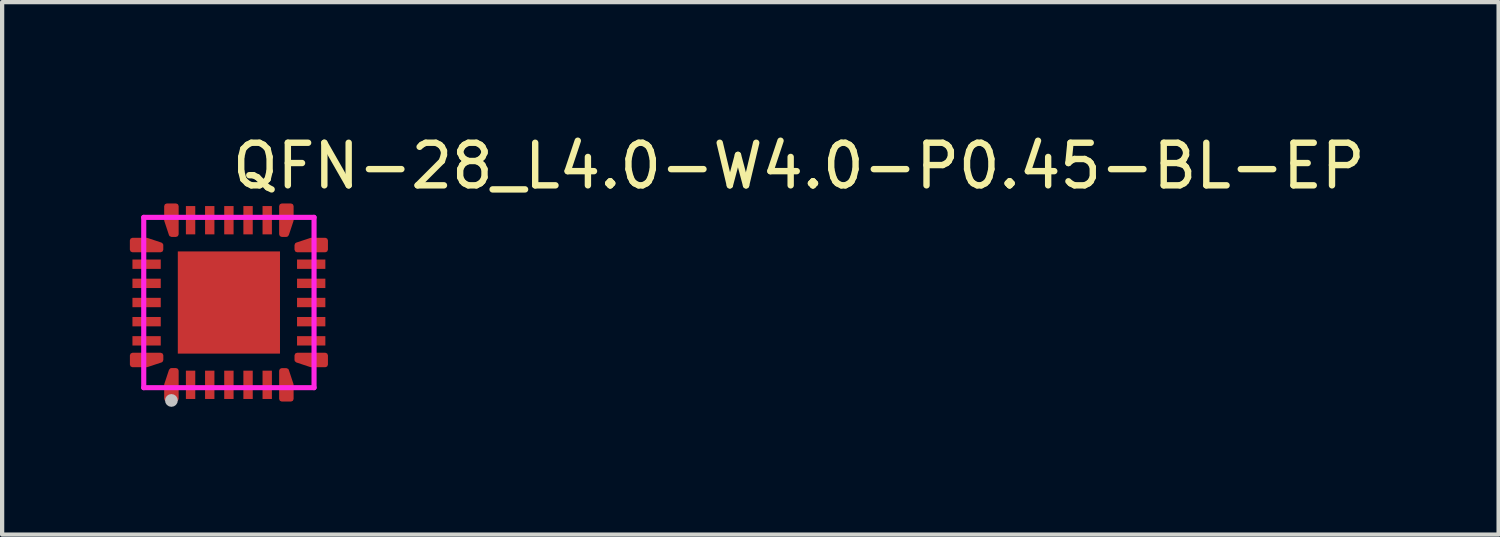
<source format=kicad_pcb>
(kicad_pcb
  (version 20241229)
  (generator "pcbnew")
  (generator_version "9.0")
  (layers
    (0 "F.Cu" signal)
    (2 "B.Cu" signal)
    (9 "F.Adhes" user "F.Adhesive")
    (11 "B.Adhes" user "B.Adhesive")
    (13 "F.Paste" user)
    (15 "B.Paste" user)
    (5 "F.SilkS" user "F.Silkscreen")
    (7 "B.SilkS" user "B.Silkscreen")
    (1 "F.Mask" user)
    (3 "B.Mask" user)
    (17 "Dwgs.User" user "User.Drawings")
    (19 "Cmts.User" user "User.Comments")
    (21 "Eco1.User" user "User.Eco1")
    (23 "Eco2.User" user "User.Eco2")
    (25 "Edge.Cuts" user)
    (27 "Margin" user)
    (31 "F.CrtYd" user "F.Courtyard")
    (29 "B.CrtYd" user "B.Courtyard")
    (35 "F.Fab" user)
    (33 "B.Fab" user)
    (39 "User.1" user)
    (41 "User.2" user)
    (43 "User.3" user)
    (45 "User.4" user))
  (footprint "QFN-28_L4.0-W4.0-P0.45-BL-EP"
    (layer "F.Cu")
    (at 2.326 4.055)
    (property "Reference" "QFN-28_L4.0-W4.0-P0.45-BL-EP" (at 0 -3.207 0) (layer "F.SilkS") (effects (font (size 1 1) (thickness 0.15)) (justify left)))
    (attr through_hole)
    (fp_poly (pts (xy -2.265 -1.01) (xy -1.6 -1.01) (xy -1.6 -0.79) (xy -2.265 -0.79)) (stroke (width 0.12) (type solid)) (fill yes) (layer "F.Paste"))
    (fp_poly (pts (xy -2.265 -0.56) (xy -1.6 -0.56) (xy -1.6 -0.34) (xy -2.265 -0.34)) (stroke (width 0.12) (type solid)) (fill yes) (layer "F.Paste"))
    (fp_poly (pts (xy -2.265 -0.11) (xy -1.6 -0.11) (xy -1.6 0.11) (xy -2.265 0.11)) (stroke (width 0.12) (type solid)) (fill yes) (layer "F.Paste"))
    (fp_poly (pts (xy -2.265 0.34) (xy -1.6 0.34) (xy -1.6 0.56) (xy -2.265 0.56)) (stroke (width 0.12) (type solid)) (fill yes) (layer "F.Paste"))
    (fp_poly (pts (xy -2.265 0.79) (xy -1.6 0.79) (xy -1.6 1.01) (xy -2.265 1.01)) (stroke (width 0.12) (type solid)) (fill yes) (layer "F.Paste"))
    (fp_poly (pts (xy -1.01 -2.265) (xy -0.79 -2.265) (xy -0.79 -1.6) (xy -1.01 -1.6)) (stroke (width 0.12) (type solid)) (fill yes) (layer "F.Paste"))
    (fp_poly (pts (xy -1.01 1.6) (xy -0.79 1.6) (xy -0.79 2.265) (xy -1.01 2.265)) (stroke (width 0.12) (type solid)) (fill yes) (layer "F.Paste"))
    (fp_poly (pts (xy -0.96 0.96) (xy -0.96 -0.96) (xy 0.96 -0.96) (xy 0.96 0.96)) (stroke (width 0.12) (type solid)) (fill yes) (layer "F.Paste"))
    (fp_poly (pts (xy -0.56 -2.265) (xy -0.34 -2.265) (xy -0.34 -1.6) (xy -0.56 -1.6)) (stroke (width 0.12) (type solid)) (fill yes) (layer "F.Paste"))
    (fp_poly (pts (xy -0.56 1.6) (xy -0.34 1.6) (xy -0.34 2.265) (xy -0.56 2.265)) (stroke (width 0.12) (type solid)) (fill yes) (layer "F.Paste"))
    (fp_poly (pts (xy -0.11 -2.265) (xy 0.11 -2.265) (xy 0.11 -1.6) (xy -0.11 -1.6)) (stroke (width 0.12) (type solid)) (fill yes) (layer "F.Paste"))
    (fp_poly (pts (xy -0.11 1.6) (xy 0.11 1.6) (xy 0.11 2.265) (xy -0.11 2.265)) (stroke (width 0.12) (type solid)) (fill yes) (layer "F.Paste"))
    (fp_poly (pts (xy 0.34 -2.265) (xy 0.56 -2.265) (xy 0.56 -1.6) (xy 0.34 -1.6)) (stroke (width 0.12) (type solid)) (fill yes) (layer "F.Paste"))
    (fp_poly (pts (xy 0.34 1.6) (xy 0.56 1.6) (xy 0.56 2.265) (xy 0.34 2.265)) (stroke (width 0.12) (type solid)) (fill yes) (layer "F.Paste"))
    (fp_poly (pts (xy 0.79 -2.265) (xy 1.01 -2.265) (xy 1.01 -1.6) (xy 0.79 -1.6)) (stroke (width 0.12) (type solid)) (fill yes) (layer "F.Paste"))
    (fp_poly (pts (xy 0.79 1.6) (xy 1.01 1.6) (xy 1.01 2.265) (xy 0.79 2.265)) (stroke (width 0.12) (type solid)) (fill yes) (layer "F.Paste"))
    (fp_poly (pts (xy 1.601 -1.01) (xy 2.266 -1.01) (xy 2.266 -0.79) (xy 1.601 -0.79)) (stroke (width 0.12) (type solid)) (fill yes) (layer "F.Paste"))
    (fp_poly (pts (xy 1.601 -0.56) (xy 2.266 -0.56) (xy 2.266 -0.34) (xy 1.601 -0.34)) (stroke (width 0.12) (type solid)) (fill yes) (layer "F.Paste"))
    (fp_poly (pts (xy 1.601 -0.11) (xy 2.266 -0.11) (xy 2.266 0.11) (xy 1.601 0.11)) (stroke (width 0.12) (type solid)) (fill yes) (layer "F.Paste"))
    (fp_poly (pts (xy 1.601 0.34) (xy 2.266 0.34) (xy 2.266 0.56) (xy 1.601 0.56)) (stroke (width 0.12) (type solid)) (fill yes) (layer "F.Paste"))
    (fp_poly (pts (xy 1.601 0.79) (xy 2.266 0.79) (xy 2.266 1.01) (xy 1.601 1.01)) (stroke (width 0.12) (type solid)) (fill yes) (layer "F.Paste"))
    (fp_poly (pts (xy -1.6 -1.24) (xy -2.265 -1.24) (xy -2.265 -1.46) (xy -1.933 -1.46) (xy -1.6 -1.35)) (stroke (width 0.12) (type solid)) (fill yes) (layer "F.Paste"))
    (fp_poly (pts (xy -1.6 1.24) (xy -2.265 1.24) (xy -2.265 1.46) (xy -1.933 1.46) (xy -1.6 1.35)) (stroke (width 0.12) (type solid)) (fill yes) (layer "F.Paste"))
    (fp_poly (pts (xy -1.24 -1.6) (xy -1.24 -2.266) (xy -1.46 -2.266) (xy -1.46 -1.933) (xy -1.35 -1.6)) (stroke (width 0.12) (type solid)) (fill yes) (layer "F.Paste"))
    (fp_poly (pts (xy -1.24 1.6) (xy -1.24 2.265) (xy -1.46 2.265) (xy -1.46 1.933) (xy -1.35 1.6)) (stroke (width 0.12) (type solid)) (fill yes) (layer "F.Paste"))
    (fp_poly (pts (xy 1.24 -1.6) (xy 1.24 -2.266) (xy 1.46 -2.266) (xy 1.46 -1.933) (xy 1.35 -1.6)) (stroke (width 0.12) (type solid)) (fill yes) (layer "F.Paste"))
    (fp_poly (pts (xy 1.24 1.601) (xy 1.24 2.266) (xy 1.46 2.266) (xy 1.46 1.933) (xy 1.35 1.601)) (stroke (width 0.12) (type solid)) (fill yes) (layer "F.Paste"))
    (fp_poly (pts (xy 1.601 -1.24) (xy 2.266 -1.24) (xy 2.266 -1.46) (xy 1.933 -1.46) (xy 1.601 -1.35)) (stroke (width 0.12) (type solid)) (fill yes) (layer "F.Paste"))
    (fp_poly (pts (xy 1.601 1.24) (xy 2.266 1.24) (xy 2.266 1.46) (xy 1.933 1.46) (xy 1.601 1.35)) (stroke (width 0.12) (type solid)) (fill yes) (layer "F.Paste"))
    (fp_circle (center -1.35 2.3) (end -1.275 2.3) (stroke (width 0.15) (type solid)) (fill no) (layer "Dwgs.User"))
    (fp_circle (center -2 2) (end -1.97 2) (stroke (width 0.06) (type solid)) (fill no) (layer "Eco2.User"))
    (fp_poly (pts (xy -1.6 -1.24) (xy -1.6 -1.46) (xy -2 -1.46) (xy -2 -1.24)) (stroke (width 0.12) (type solid)) (fill no) (layer "Eco2.User"))
    (fp_poly (pts (xy -1.6 -0.79) (xy -1.6 -1.01) (xy -2 -1.01) (xy -2 -0.79)) (stroke (width 0.12) (type solid)) (fill no) (layer "Eco2.User"))
    (fp_poly (pts (xy -1.6 -0.34) (xy -1.6 -0.56) (xy -2 -0.56) (xy -2 -0.34)) (stroke (width 0.12) (type solid)) (fill no) (layer "Eco2.User"))
    (fp_poly (pts (xy -1.6 0.11) (xy -1.6 -0.11) (xy -2 -0.11) (xy -2 0.11)) (stroke (width 0.12) (type solid)) (fill no) (layer "Eco2.User"))
    (fp_poly (pts (xy -1.6 0.56) (xy -1.6 0.34) (xy -2 0.34) (xy -2 0.56)) (stroke (width 0.12) (type solid)) (fill no) (layer "Eco2.User"))
    (fp_poly (pts (xy -1.6 1.01) (xy -1.6 0.79) (xy -2 0.79) (xy -2 1.01)) (stroke (width 0.12) (type solid)) (fill no) (layer "Eco2.User"))
    (fp_poly (pts (xy -1.6 1.46) (xy -1.6 1.24) (xy -2 1.24) (xy -2 1.46)) (stroke (width 0.12) (type solid)) (fill no) (layer "Eco2.User"))
    (fp_poly (pts (xy -1.46 -2) (xy -1.46 -1.6) (xy -1.24 -1.6) (xy -1.24 -2)) (stroke (width 0.12) (type solid)) (fill no) (layer "Eco2.User"))
    (fp_poly (pts (xy -1.46 2) (xy -1.46 1.6) (xy -1.24 1.6) (xy -1.24 2)) (stroke (width 0.12) (type solid)) (fill no) (layer "Eco2.User"))
    (fp_poly (pts (xy -1.01 -2) (xy -1.01 -1.6) (xy -0.79 -1.6) (xy -0.79 -2)) (stroke (width 0.12) (type solid)) (fill no) (layer "Eco2.User"))
    (fp_poly (pts (xy -1.01 2) (xy -1.01 1.6) (xy -0.79 1.6) (xy -0.79 2)) (stroke (width 0.12) (type solid)) (fill no) (layer "Eco2.User"))
    (fp_poly (pts (xy -0.56 -2) (xy -0.56 -1.6) (xy -0.34 -1.6) (xy -0.34 -2)) (stroke (width 0.12) (type solid)) (fill no) (layer "Eco2.User"))
    (fp_poly (pts (xy -0.56 2) (xy -0.56 1.6) (xy -0.34 1.6) (xy -0.34 2)) (stroke (width 0.12) (type solid)) (fill no) (layer "Eco2.User"))
    (fp_poly (pts (xy -0.11 -2) (xy -0.11 -1.6) (xy 0.11 -1.6) (xy 0.11 -2)) (stroke (width 0.12) (type solid)) (fill no) (layer "Eco2.User"))
    (fp_poly (pts (xy -0.11 2) (xy -0.11 1.6) (xy 0.11 1.6) (xy 0.11 2)) (stroke (width 0.12) (type solid)) (fill no) (layer "Eco2.User"))
    (fp_poly (pts (xy 0.34 -2) (xy 0.34 -1.6) (xy 0.56 -1.6) (xy 0.56 -2)) (stroke (width 0.12) (type solid)) (fill no) (layer "Eco2.User"))
    (fp_poly (pts (xy 0.34 2) (xy 0.34 1.6) (xy 0.56 1.6) (xy 0.56 2)) (stroke (width 0.12) (type solid)) (fill no) (layer "Eco2.User"))
    (fp_poly (pts (xy 0.79 -2) (xy 0.79 -1.6) (xy 1.01 -1.6) (xy 1.01 -2)) (stroke (width 0.12) (type solid)) (fill no) (layer "Eco2.User"))
    (fp_poly (pts (xy 0.79 2) (xy 0.79 1.6) (xy 1.01 1.6) (xy 1.01 2)) (stroke (width 0.12) (type solid)) (fill no) (layer "Eco2.User"))
    (fp_poly (pts (xy 1.24 -2) (xy 1.24 -1.6) (xy 1.46 -1.6) (xy 1.46 -2)) (stroke (width 0.12) (type solid)) (fill no) (layer "Eco2.User"))
    (fp_poly (pts (xy 1.24 2) (xy 1.24 1.6) (xy 1.46 1.6) (xy 1.46 2)) (stroke (width 0.12) (type solid)) (fill no) (layer "Eco2.User"))
    (fp_poly (pts (xy 1.6 -1.24) (xy 1.6 -1.46) (xy 2 -1.46) (xy 2 -1.24)) (stroke (width 0.12) (type solid)) (fill no) (layer "Eco2.User"))
    (fp_poly (pts (xy 1.6 -0.79) (xy 1.6 -1.01) (xy 2 -1.01) (xy 2 -0.79)) (stroke (width 0.12) (type solid)) (fill no) (layer "Eco2.User"))
    (fp_poly (pts (xy 1.6 -0.34) (xy 1.6 -0.56) (xy 2 -0.56) (xy 2 -0.34)) (stroke (width 0.12) (type solid)) (fill no) (layer "Eco2.User"))
    (fp_poly (pts (xy 1.6 0.11) (xy 1.6 -0.11) (xy 2 -0.11) (xy 2 0.11)) (stroke (width 0.12) (type solid)) (fill no) (layer "Eco2.User"))
    (fp_poly (pts (xy 1.6 0.56) (xy 1.6 0.34) (xy 2 0.34) (xy 2 0.56)) (stroke (width 0.12) (type solid)) (fill no) (layer "Eco2.User"))
    (fp_poly (pts (xy 1.6 1.01) (xy 1.6 0.79) (xy 2 0.79) (xy 2 1.01)) (stroke (width 0.12) (type solid)) (fill no) (layer "Eco2.User"))
    (fp_poly (pts (xy 1.6 1.46) (xy 1.6 1.24) (xy 2 1.24) (xy 2 1.46)) (stroke (width 0.12) (type solid)) (fill no) (layer "Eco2.User"))
    (fp_poly (pts (xy -1.2 0.96) (xy -1.2 -1.2) (xy 1.2 -1.2) (xy 1.2 1.2) (xy -0.96 1.2)) (stroke (width 0.12) (type solid)) (fill no) (layer "Eco2.User"))
    (fp_line (start -2 -2) (end 2 -2) (stroke (width 0.12) (type solid)) (layer "F.CrtYd"))
    (fp_line (start -2 2) (end -2 -2) (stroke (width 0.12) (type solid)) (layer "F.CrtYd"))
    (fp_line (start 2 -2) (end 2 2) (stroke (width 0.12) (type solid)) (layer "F.CrtYd"))
    (fp_line (start 2 2) (end -2 2) (stroke (width 0.12) (type solid)) (layer "F.CrtYd"))
    (pad "1" smd custom (at -1.35 1.933 270) (size 0.102 0.102) (layers "F.Cu" "F.Mask" "F.Paste") (options (anchor circle)) (primitives (gr_poly (pts (xy -0.333 -0.11) (xy 0.332 -0.11) (xy 0.332 0.11) (xy 0 0.11) (xy -0.333 0)) (width 0.12) (fill yes))))
    (pad "2" smd rect (at -0.9 1.933) (size 0.22 0.665) (layers "F.Cu" "F.Mask" "F.Paste"))
    (pad "3" smd rect (at -0.45 1.933) (size 0.22 0.665) (layers "F.Cu" "F.Mask" "F.Paste"))
    (pad "4" smd rect (at 0 1.933) (size 0.22 0.665) (layers "F.Cu" "F.Mask" "F.Paste"))
    (pad "5" smd rect (at 0.45 1.933) (size 0.22 0.665) (layers "F.Cu" "F.Mask" "F.Paste"))
    (pad "6" smd rect (at 0.9 1.933) (size 0.22 0.665) (layers "F.Cu" "F.Mask" "F.Paste"))
    (pad "7" smd custom (at 1.35 1.933 270) (size 0.102 0.102) (layers "F.Cu" "F.Mask" "F.Paste") (options (anchor circle)) (primitives (gr_poly (pts (xy -0.332 0.11) (xy 0.333 0.11) (xy 0.333 -0.11) (xy 0 -0.11) (xy -0.332 0)) (width 0.12) (fill yes))))
    (pad "8" smd custom (at 1.933 1.35) (size 0.102 0.102) (layers "F.Cu" "F.Mask" "F.Paste") (options (anchor circle)) (primitives (gr_poly (pts (xy -0.332 -0.11) (xy 0.333 -0.11) (xy 0.333 0.11) (xy 0 0.11) (xy -0.332 0)) (width 0.12) (fill yes))))
    (pad "9" smd rect (at 1.933 0.9) (size 0.665 0.22) (layers "F.Cu" "F.Mask" "F.Paste"))
    (pad "10" smd rect (at 1.933 0.45) (size 0.665 0.22) (layers "F.Cu" "F.Mask" "F.Paste"))
    (pad "11" smd rect (at 1.933 0) (size 0.665 0.22) (layers "F.Cu" "F.Mask" "F.Paste"))
    (pad "12" smd rect (at 1.933 -0.45) (size 0.665 0.22) (layers "F.Cu" "F.Mask" "F.Paste"))
    (pad "13" smd rect (at 1.933 -0.9) (size 0.665 0.22) (layers "F.Cu" "F.Mask" "F.Paste"))
    (pad "14" smd custom (at 1.933 -1.35) (size 0.102 0.102) (layers "F.Cu" "F.Mask" "F.Paste") (options (anchor circle)) (primitives (gr_poly (pts (xy -0.332 0.11) (xy 0.333 0.11) (xy 0.333 -0.11) (xy 0 -0.11) (xy -0.332 0)) (width 0.12) (fill yes))))
    (pad "15" smd custom (at 1.35 -1.933 90) (size 0.102 0.102) (layers "F.Cu" "F.Mask" "F.Paste") (options (anchor circle)) (primitives (gr_poly (pts (xy -0.332 -0.11) (xy 0.333 -0.11) (xy 0.333 0.11) (xy 0 0.11) (xy -0.332 0)) (width 0.12) (fill yes))))
    (pad "16" smd rect (at 0.9 -1.933) (size 0.22 0.665) (layers "F.Cu" "F.Mask" "F.Paste"))
    (pad "17" smd rect (at 0.45 -1.933) (size 0.22 0.665) (layers "F.Cu" "F.Mask" "F.Paste"))
    (pad "18" smd rect (at 0 -1.933) (size 0.22 0.665) (layers "F.Cu" "F.Mask" "F.Paste"))
    (pad "19" smd rect (at -0.45 -1.933) (size 0.22 0.665) (layers "F.Cu" "F.Mask" "F.Paste"))
    (pad "20" smd rect (at -0.9 -1.933) (size 0.22 0.665) (layers "F.Cu" "F.Mask" "F.Paste"))
    (pad "21" smd custom (at -1.35 -1.933 90) (size 0.102 0.102) (layers "F.Cu" "F.Mask" "F.Paste") (options (anchor circle)) (primitives (gr_poly (pts (xy -0.332 0.11) (xy 0.333 0.11) (xy 0.333 -0.11) (xy 0 -0.11) (xy -0.332 0)) (width 0.12) (fill yes))))
    (pad "22" smd custom (at -1.933 -1.35 180) (size 0.102 0.102) (layers "F.Cu" "F.Mask" "F.Paste") (options (anchor circle)) (primitives (gr_poly (pts (xy -0.332 -0.11) (xy 0.333 -0.11) (xy 0.333 0.11) (xy 0 0.11) (xy -0.332 0)) (width 0.12) (fill yes))))
    (pad "23" smd rect (at -1.933 -0.9) (size 0.665 0.22) (layers "F.Cu" "F.Mask" "F.Paste"))
    (pad "24" smd rect (at -1.933 -0.45) (size 0.665 0.22) (layers "F.Cu" "F.Mask" "F.Paste"))
    (pad "25" smd rect (at -1.933 0) (size 0.665 0.22) (layers "F.Cu" "F.Mask" "F.Paste"))
    (pad "26" smd rect (at -1.933 0.45) (size 0.665 0.22) (layers "F.Cu" "F.Mask" "F.Paste"))
    (pad "27" smd rect (at -1.933 0.9) (size 0.665 0.22) (layers "F.Cu" "F.Mask" "F.Paste"))
    (pad "28" smd custom (at -1.933 1.35 180) (size 0.102 0.102) (layers "F.Cu" "F.Mask" "F.Paste") (options (anchor circle)) (primitives (gr_poly (pts (xy -0.333 0.11) (xy 0.332 0.11) (xy 0.332 -0.11) (xy 0 -0.11) (xy -0.333 0)) (width 0.12) (fill yes))))
    (pad "29" smd rect (at 0 0) (size 2.4 2.4) (layers "F.Cu" "F.Mask" "F.Paste")))
  (gr_rect
    (start -3 -3)
    (end 32.147 9.505)
    (stroke (width 0.1) (type default))
    (fill no)
    (layer "Edge.Cuts")))
</source>
